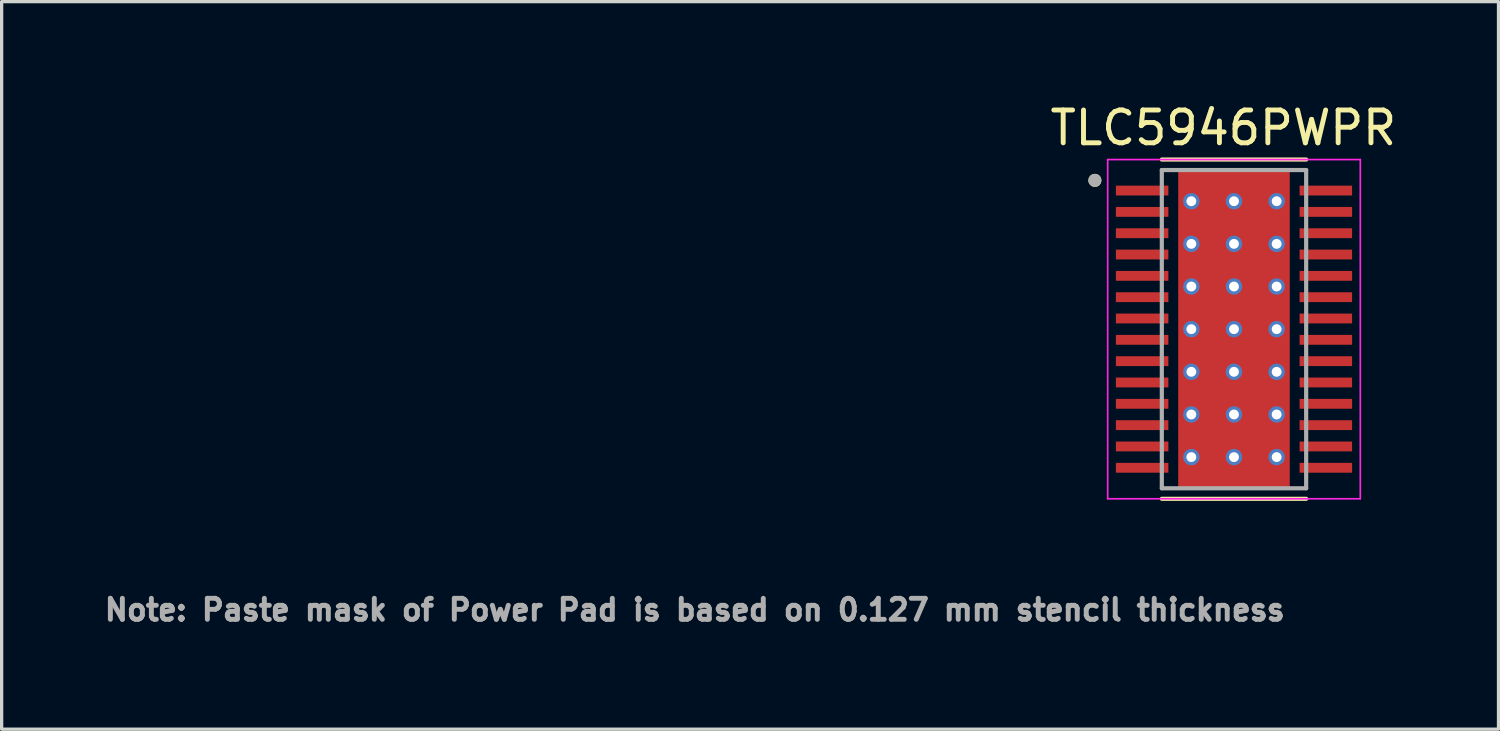
<source format=kicad_pcb>
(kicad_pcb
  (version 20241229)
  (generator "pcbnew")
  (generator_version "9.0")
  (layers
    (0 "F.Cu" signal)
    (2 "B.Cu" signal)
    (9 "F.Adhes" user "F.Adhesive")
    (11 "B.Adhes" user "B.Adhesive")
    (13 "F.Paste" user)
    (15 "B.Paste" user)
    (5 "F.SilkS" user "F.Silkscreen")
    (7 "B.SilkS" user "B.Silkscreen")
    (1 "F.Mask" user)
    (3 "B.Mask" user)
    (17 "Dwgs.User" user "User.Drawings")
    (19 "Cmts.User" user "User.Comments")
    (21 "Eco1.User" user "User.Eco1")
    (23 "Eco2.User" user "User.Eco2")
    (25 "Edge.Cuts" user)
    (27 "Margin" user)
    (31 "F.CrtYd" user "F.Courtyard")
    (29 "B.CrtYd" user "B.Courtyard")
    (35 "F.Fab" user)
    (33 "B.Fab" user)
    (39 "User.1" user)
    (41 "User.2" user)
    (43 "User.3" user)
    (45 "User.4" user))
  (footprint "TLC5946PWPR"
    (layer "F.Cu")
    (at 34.562 6.983)
    (property "Reference" "TLC5946PWPR" (at -0.325 -6.135 0) (layer "F.SilkS") (effects (font (size 1 1) (thickness 0.15))))
    (attr smd)
    (fp_poly (pts (xy -3.67 -4.445) (xy -1.93 -4.445) (xy -1.93 -4.005) (xy -3.67 -4.005)) (stroke (width 0.01) (type solid)) (fill yes) (layer "F.Mask"))
    (fp_poly (pts (xy -3.67 -3.795) (xy -1.93 -3.795) (xy -1.93 -3.355) (xy -3.67 -3.355)) (stroke (width 0.01) (type solid)) (fill yes) (layer "F.Mask"))
    (fp_poly (pts (xy -3.67 -3.145) (xy -1.93 -3.145) (xy -1.93 -2.705) (xy -3.67 -2.705)) (stroke (width 0.01) (type solid)) (fill yes) (layer "F.Mask"))
    (fp_poly (pts (xy -3.67 -2.495) (xy -1.93 -2.495) (xy -1.93 -2.055) (xy -3.67 -2.055)) (stroke (width 0.01) (type solid)) (fill yes) (layer "F.Mask"))
    (fp_poly (pts (xy -3.67 -1.845) (xy -1.93 -1.845) (xy -1.93 -1.405) (xy -3.67 -1.405)) (stroke (width 0.01) (type solid)) (fill yes) (layer "F.Mask"))
    (fp_poly (pts (xy -3.67 -1.195) (xy -1.93 -1.195) (xy -1.93 -0.755) (xy -3.67 -0.755)) (stroke (width 0.01) (type solid)) (fill yes) (layer "F.Mask"))
    (fp_poly (pts (xy -3.67 -0.545) (xy -1.93 -0.545) (xy -1.93 -0.105) (xy -3.67 -0.105)) (stroke (width 0.01) (type solid)) (fill yes) (layer "F.Mask"))
    (fp_poly (pts (xy -3.67 0.105) (xy -1.93 0.105) (xy -1.93 0.545) (xy -3.67 0.545)) (stroke (width 0.01) (type solid)) (fill yes) (layer "F.Mask"))
    (fp_poly (pts (xy -3.67 0.755) (xy -1.93 0.755) (xy -1.93 1.195) (xy -3.67 1.195)) (stroke (width 0.01) (type solid)) (fill yes) (layer "F.Mask"))
    (fp_poly (pts (xy -3.67 1.405) (xy -1.93 1.405) (xy -1.93 1.845) (xy -3.67 1.845)) (stroke (width 0.01) (type solid)) (fill yes) (layer "F.Mask"))
    (fp_poly (pts (xy -3.67 2.055) (xy -1.93 2.055) (xy -1.93 2.495) (xy -3.67 2.495)) (stroke (width 0.01) (type solid)) (fill yes) (layer "F.Mask"))
    (fp_poly (pts (xy -3.67 2.705) (xy -1.93 2.705) (xy -1.93 3.145) (xy -3.67 3.145)) (stroke (width 0.01) (type solid)) (fill yes) (layer "F.Mask"))
    (fp_poly (pts (xy -3.67 3.355) (xy -1.93 3.355) (xy -1.93 3.795) (xy -3.67 3.795)) (stroke (width 0.01) (type solid)) (fill yes) (layer "F.Mask"))
    (fp_poly (pts (xy -3.67 4.005) (xy -1.93 4.005) (xy -1.93 4.445) (xy -3.67 4.445)) (stroke (width 0.01) (type solid)) (fill yes) (layer "F.Mask"))
    (fp_poly (pts (xy -1.2 -3.23) (xy 1.2 -3.23) (xy 1.2 3.23) (xy -1.2 3.23)) (stroke (width 0.01) (type solid)) (fill yes) (layer "F.Mask"))
    (fp_poly (pts (xy 1.93 -4.445) (xy 3.67 -4.445) (xy 3.67 -4.005) (xy 1.93 -4.005)) (stroke (width 0.01) (type solid)) (fill yes) (layer "F.Mask"))
    (fp_poly (pts (xy 1.93 -3.795) (xy 3.67 -3.795) (xy 3.67 -3.355) (xy 1.93 -3.355)) (stroke (width 0.01) (type solid)) (fill yes) (layer "F.Mask"))
    (fp_poly (pts (xy 1.93 -3.145) (xy 3.67 -3.145) (xy 3.67 -2.705) (xy 1.93 -2.705)) (stroke (width 0.01) (type solid)) (fill yes) (layer "F.Mask"))
    (fp_poly (pts (xy 1.93 -2.495) (xy 3.67 -2.495) (xy 3.67 -2.055) (xy 1.93 -2.055)) (stroke (width 0.01) (type solid)) (fill yes) (layer "F.Mask"))
    (fp_poly (pts (xy 1.93 -1.845) (xy 3.67 -1.845) (xy 3.67 -1.405) (xy 1.93 -1.405)) (stroke (width 0.01) (type solid)) (fill yes) (layer "F.Mask"))
    (fp_poly (pts (xy 1.93 -1.195) (xy 3.67 -1.195) (xy 3.67 -0.755) (xy 1.93 -0.755)) (stroke (width 0.01) (type solid)) (fill yes) (layer "F.Mask"))
    (fp_poly (pts (xy 1.93 -0.545) (xy 3.67 -0.545) (xy 3.67 -0.105) (xy 1.93 -0.105)) (stroke (width 0.01) (type solid)) (fill yes) (layer "F.Mask"))
    (fp_poly (pts (xy 1.93 0.105) (xy 3.67 0.105) (xy 3.67 0.545) (xy 1.93 0.545)) (stroke (width 0.01) (type solid)) (fill yes) (layer "F.Mask"))
    (fp_poly (pts (xy 1.93 0.755) (xy 3.67 0.755) (xy 3.67 1.195) (xy 1.93 1.195)) (stroke (width 0.01) (type solid)) (fill yes) (layer "F.Mask"))
    (fp_poly (pts (xy 1.93 1.405) (xy 3.67 1.405) (xy 3.67 1.845) (xy 1.93 1.845)) (stroke (width 0.01) (type solid)) (fill yes) (layer "F.Mask"))
    (fp_poly (pts (xy 1.93 2.055) (xy 3.67 2.055) (xy 3.67 2.495) (xy 1.93 2.495)) (stroke (width 0.01) (type solid)) (fill yes) (layer "F.Mask"))
    (fp_poly (pts (xy 1.93 2.705) (xy 3.67 2.705) (xy 3.67 3.145) (xy 1.93 3.145)) (stroke (width 0.01) (type solid)) (fill yes) (layer "F.Mask"))
    (fp_poly (pts (xy 1.93 3.355) (xy 3.67 3.355) (xy 3.67 3.795) (xy 1.93 3.795)) (stroke (width 0.01) (type solid)) (fill yes) (layer "F.Mask"))
    (fp_poly (pts (xy 1.93 4.005) (xy 3.67 4.005) (xy 3.67 4.445) (xy 1.93 4.445)) (stroke (width 0.01) (type solid)) (fill yes) (layer "F.Mask"))
    (fp_line (start -2.2 -5.17) (end 2.2 -5.17) (stroke (width 0.127) (type solid)) (layer "F.SilkS"))
    (fp_line (start -2.2 5.17) (end 2.2 5.17) (stroke (width 0.127) (type solid)) (layer "F.SilkS"))
    (fp_circle (center -4.24 -4.535) (end -4.14 -4.535) (stroke (width 0.2) (type solid)) (fill no) (layer "F.SilkS"))
    (fp_poly (pts (xy -3.575 -4.35) (xy -2.025 -4.35) (xy -2.025 -4.1) (xy -3.575 -4.1)) (stroke (width 0.01) (type solid)) (fill yes) (layer "F.Paste"))
    (fp_poly (pts (xy -3.575 -3.7) (xy -2.025 -3.7) (xy -2.025 -3.45) (xy -3.575 -3.45)) (stroke (width 0.01) (type solid)) (fill yes) (layer "F.Paste"))
    (fp_poly (pts (xy -3.575 -3.05) (xy -2.025 -3.05) (xy -2.025 -2.8) (xy -3.575 -2.8)) (stroke (width 0.01) (type solid)) (fill yes) (layer "F.Paste"))
    (fp_poly (pts (xy -3.575 -2.4) (xy -2.025 -2.4) (xy -2.025 -2.15) (xy -3.575 -2.15)) (stroke (width 0.01) (type solid)) (fill yes) (layer "F.Paste"))
    (fp_poly (pts (xy -3.575 -1.75) (xy -2.025 -1.75) (xy -2.025 -1.5) (xy -3.575 -1.5)) (stroke (width 0.01) (type solid)) (fill yes) (layer "F.Paste"))
    (fp_poly (pts (xy -3.575 -1.1) (xy -2.025 -1.1) (xy -2.025 -0.85) (xy -3.575 -0.85)) (stroke (width 0.01) (type solid)) (fill yes) (layer "F.Paste"))
    (fp_poly (pts (xy -3.575 -0.45) (xy -2.025 -0.45) (xy -2.025 -0.2) (xy -3.575 -0.2)) (stroke (width 0.01) (type solid)) (fill yes) (layer "F.Paste"))
    (fp_poly (pts (xy -3.575 0.2) (xy -2.025 0.2) (xy -2.025 0.45) (xy -3.575 0.45)) (stroke (width 0.01) (type solid)) (fill yes) (layer "F.Paste"))
    (fp_poly (pts (xy -3.575 0.85) (xy -2.025 0.85) (xy -2.025 1.1) (xy -3.575 1.1)) (stroke (width 0.01) (type solid)) (fill yes) (layer "F.Paste"))
    (fp_poly (pts (xy -3.575 1.5) (xy -2.025 1.5) (xy -2.025 1.75) (xy -3.575 1.75)) (stroke (width 0.01) (type solid)) (fill yes) (layer "F.Paste"))
    (fp_poly (pts (xy -3.575 2.15) (xy -2.025 2.15) (xy -2.025 2.4) (xy -3.575 2.4)) (stroke (width 0.01) (type solid)) (fill yes) (layer "F.Paste"))
    (fp_poly (pts (xy -3.575 2.8) (xy -2.025 2.8) (xy -2.025 3.05) (xy -3.575 3.05)) (stroke (width 0.01) (type solid)) (fill yes) (layer "F.Paste"))
    (fp_poly (pts (xy -3.575 3.45) (xy -2.025 3.45) (xy -2.025 3.7) (xy -3.575 3.7)) (stroke (width 0.01) (type solid)) (fill yes) (layer "F.Paste"))
    (fp_poly (pts (xy -3.575 4.1) (xy -2.025 4.1) (xy -2.025 4.35) (xy -3.575 4.35)) (stroke (width 0.01) (type solid)) (fill yes) (layer "F.Paste"))
    (fp_poly (pts (xy -1.2 -3.23) (xy 1.2 -3.23) (xy 1.2 3.23) (xy -1.2 3.23)) (stroke (width 0.01) (type solid)) (fill yes) (layer "F.Paste"))
    (fp_poly (pts (xy 2.025 -4.35) (xy 3.575 -4.35) (xy 3.575 -4.1) (xy 2.025 -4.1)) (stroke (width 0.01) (type solid)) (fill yes) (layer "F.Paste"))
    (fp_poly (pts (xy 2.025 -3.7) (xy 3.575 -3.7) (xy 3.575 -3.45) (xy 2.025 -3.45)) (stroke (width 0.01) (type solid)) (fill yes) (layer "F.Paste"))
    (fp_poly (pts (xy 2.025 -3.05) (xy 3.575 -3.05) (xy 3.575 -2.8) (xy 2.025 -2.8)) (stroke (width 0.01) (type solid)) (fill yes) (layer "F.Paste"))
    (fp_poly (pts (xy 2.025 -2.4) (xy 3.575 -2.4) (xy 3.575 -2.15) (xy 2.025 -2.15)) (stroke (width 0.01) (type solid)) (fill yes) (layer "F.Paste"))
    (fp_poly (pts (xy 2.025 -1.75) (xy 3.575 -1.75) (xy 3.575 -1.5) (xy 2.025 -1.5)) (stroke (width 0.01) (type solid)) (fill yes) (layer "F.Paste"))
    (fp_poly (pts (xy 2.025 -1.1) (xy 3.575 -1.1) (xy 3.575 -0.85) (xy 2.025 -0.85)) (stroke (width 0.01) (type solid)) (fill yes) (layer "F.Paste"))
    (fp_poly (pts (xy 2.025 -0.45) (xy 3.575 -0.45) (xy 3.575 -0.2) (xy 2.025 -0.2)) (stroke (width 0.01) (type solid)) (fill yes) (layer "F.Paste"))
    (fp_poly (pts (xy 2.025 0.2) (xy 3.575 0.2) (xy 3.575 0.45) (xy 2.025 0.45)) (stroke (width 0.01) (type solid)) (fill yes) (layer "F.Paste"))
    (fp_poly (pts (xy 2.025 0.85) (xy 3.575 0.85) (xy 3.575 1.1) (xy 2.025 1.1)) (stroke (width 0.01) (type solid)) (fill yes) (layer "F.Paste"))
    (fp_poly (pts (xy 2.025 1.5) (xy 3.575 1.5) (xy 3.575 1.75) (xy 2.025 1.75)) (stroke (width 0.01) (type solid)) (fill yes) (layer "F.Paste"))
    (fp_poly (pts (xy 2.025 2.15) (xy 3.575 2.15) (xy 3.575 2.4) (xy 2.025 2.4)) (stroke (width 0.01) (type solid)) (fill yes) (layer "F.Paste"))
    (fp_poly (pts (xy 2.025 2.8) (xy 3.575 2.8) (xy 3.575 3.05) (xy 2.025 3.05)) (stroke (width 0.01) (type solid)) (fill yes) (layer "F.Paste"))
    (fp_poly (pts (xy 2.025 3.45) (xy 3.575 3.45) (xy 3.575 3.7) (xy 2.025 3.7)) (stroke (width 0.01) (type solid)) (fill yes) (layer "F.Paste"))
    (fp_poly (pts (xy 2.025 4.1) (xy 3.575 4.1) (xy 3.575 4.35) (xy 2.025 4.35)) (stroke (width 0.01) (type solid)) (fill yes) (layer "F.Paste"))
    (fp_line (start -3.85 -5.17) (end -3.85 5.17) (stroke (width 0.05) (type solid)) (layer "F.CrtYd"))
    (fp_line (start -3.85 -5.17) (end 3.85 -5.17) (stroke (width 0.05) (type solid)) (layer "F.CrtYd"))
    (fp_line (start -3.85 5.17) (end 3.85 5.17) (stroke (width 0.05) (type solid)) (layer "F.CrtYd"))
    (fp_line (start 3.85 -5.17) (end 3.85 5.17) (stroke (width 0.05) (type solid)) (layer "F.CrtYd"))
    (fp_line (start -2.2 -4.85) (end -2.2 4.85) (stroke (width 0.127) (type solid)) (layer "F.Fab"))
    (fp_line (start -2.2 -4.85) (end 2.2 -4.85) (stroke (width 0.127) (type solid)) (layer "F.Fab"))
    (fp_line (start -2.2 4.85) (end 2.2 4.85) (stroke (width 0.127) (type solid)) (layer "F.Fab"))
    (fp_line (start 2.2 -4.85) (end 2.2 4.85) (stroke (width 0.127) (type solid)) (layer "F.Fab"))
    (fp_circle (center -4.24 -4.535) (end -4.14 -4.535) (stroke (width 0.2) (type solid)) (fill no) (layer "F.Fab"))
    (fp_text user "Note: Paste mask of Power Pad is based on 0.127 mm stencil thickness" (at -16.435 8.555 0) (layer "F.Fab") (effects (font (size 0.64 0.64) (thickness 0.15))))
    (pad "1" smd rect (at -2.8 -4.225) (size 1.6 0.3) (layers "F.Cu"))
    (pad "2" smd rect (at -2.8 -3.575) (size 1.6 0.3) (layers "F.Cu"))
    (pad "3" smd rect (at -2.8 -2.925) (size 1.6 0.3) (layers "F.Cu"))
    (pad "4" smd rect (at -2.8 -2.275) (size 1.6 0.3) (layers "F.Cu"))
    (pad "5" smd rect (at -2.8 -1.625) (size 1.6 0.3) (layers "F.Cu"))
    (pad "6" smd rect (at -2.8 -0.975) (size 1.6 0.3) (layers "F.Cu"))
    (pad "7" smd rect (at -2.8 -0.325) (size 1.6 0.3) (layers "F.Cu"))
    (pad "8" smd rect (at -2.8 0.325) (size 1.6 0.3) (layers "F.Cu"))
    (pad "9" smd rect (at -2.8 0.975) (size 1.6 0.3) (layers "F.Cu"))
    (pad "10" smd rect (at -2.8 1.625) (size 1.6 0.3) (layers "F.Cu"))
    (pad "11" smd rect (at -2.8 2.275) (size 1.6 0.3) (layers "F.Cu"))
    (pad "12" smd rect (at -2.8 2.925) (size 1.6 0.3) (layers "F.Cu"))
    (pad "13" smd rect (at -2.8 3.575) (size 1.6 0.3) (layers "F.Cu"))
    (pad "14" smd rect (at -2.8 4.225) (size 1.6 0.3) (layers "F.Cu"))
    (pad "15" smd rect (at 2.8 4.225) (size 1.6 0.3) (layers "F.Cu"))
    (pad "16" smd rect (at 2.8 3.575) (size 1.6 0.3) (layers "F.Cu"))
    (pad "17" smd rect (at 2.8 2.925) (size 1.6 0.3) (layers "F.Cu"))
    (pad "18" smd rect (at 2.8 2.275) (size 1.6 0.3) (layers "F.Cu"))
    (pad "19" smd rect (at 2.8 1.625) (size 1.6 0.3) (layers "F.Cu"))
    (pad "20" smd rect (at 2.8 0.975) (size 1.6 0.3) (layers "F.Cu"))
    (pad "21" smd rect (at 2.8 0.325) (size 1.6 0.3) (layers "F.Cu"))
    (pad "22" smd rect (at 2.8 -0.325) (size 1.6 0.3) (layers "F.Cu"))
    (pad "23" smd rect (at 2.8 -0.975) (size 1.6 0.3) (layers "F.Cu"))
    (pad "24" smd rect (at 2.8 -1.625) (size 1.6 0.3) (layers "F.Cu"))
    (pad "25" smd rect (at 2.8 -2.275) (size 1.6 0.3) (layers "F.Cu"))
    (pad "26" smd rect (at 2.8 -2.925) (size 1.6 0.3) (layers "F.Cu"))
    (pad "27" smd rect (at 2.8 -3.575) (size 1.6 0.3) (layers "F.Cu"))
    (pad "28" smd rect (at 2.8 -4.225) (size 1.6 0.3) (layers "F.Cu"))
    (pad "29" thru_hole circle (at -1.3 -3.9) (size 0.5 0.5) (drill 0.3) (layers "*.Cu"))
    (pad "29" thru_hole circle (at -1.3 -2.6) (size 0.5 0.5) (drill 0.3) (layers "*.Cu"))
    (pad "29" thru_hole circle (at -1.3 -1.3) (size 0.5 0.5) (drill 0.3) (layers "*.Cu"))
    (pad "29" thru_hole circle (at -1.3 0) (size 0.5 0.5) (drill 0.3) (layers "*.Cu"))
    (pad "29" thru_hole circle (at -1.3 1.3) (size 0.5 0.5) (drill 0.3) (layers "*.Cu"))
    (pad "29" thru_hole circle (at -1.3 2.6) (size 0.5 0.5) (drill 0.3) (layers "*.Cu"))
    (pad "29" thru_hole circle (at -1.3 3.9) (size 0.5 0.5) (drill 0.3) (layers "*.Cu"))
    (pad "29" thru_hole circle (at 0 -3.9) (size 0.5 0.5) (drill 0.3) (layers "*.Cu"))
    (pad "29" thru_hole circle (at 0 -2.6) (size 0.5 0.5) (drill 0.3) (layers "*.Cu"))
    (pad "29" thru_hole circle (at 0 -1.3) (size 0.5 0.5) (drill 0.3) (layers "*.Cu"))
    (pad "29" thru_hole circle (at 0 0) (size 0.5 0.5) (drill 0.3) (layers "*.Cu"))
    (pad "29" smd rect (at 0 0) (size 3.4 9.7) (layers "F.Cu"))
    (pad "29" thru_hole circle (at 0 1.3) (size 0.5 0.5) (drill 0.3) (layers "*.Cu"))
    (pad "29" thru_hole circle (at 0 2.6) (size 0.5 0.5) (drill 0.3) (layers "*.Cu"))
    (pad "29" thru_hole circle (at 0 3.9) (size 0.5 0.5) (drill 0.3) (layers "*.Cu"))
    (pad "29" thru_hole circle (at 1.3 -3.9) (size 0.5 0.5) (drill 0.3) (layers "*.Cu"))
    (pad "29" thru_hole circle (at 1.3 -2.6) (size 0.5 0.5) (drill 0.3) (layers "*.Cu"))
    (pad "29" thru_hole circle (at 1.3 -1.3) (size 0.5 0.5) (drill 0.3) (layers "*.Cu"))
    (pad "29" thru_hole circle (at 1.3 0) (size 0.5 0.5) (drill 0.3) (layers "*.Cu"))
    (pad "29" thru_hole circle (at 1.3 1.3) (size 0.5 0.5) (drill 0.3) (layers "*.Cu"))
    (pad "29" thru_hole circle (at 1.3 2.6) (size 0.5 0.5) (drill 0.3) (layers "*.Cu"))
    (pad "29" thru_hole circle (at 1.3 3.9) (size 0.5 0.5) (drill 0.3) (layers "*.Cu")))
  (gr_rect
    (start -3 -3)
    (end 42.624 19.176)
    (stroke (width 0.1) (type default))
    (fill no)
    (layer "Edge.Cuts")))
</source>
